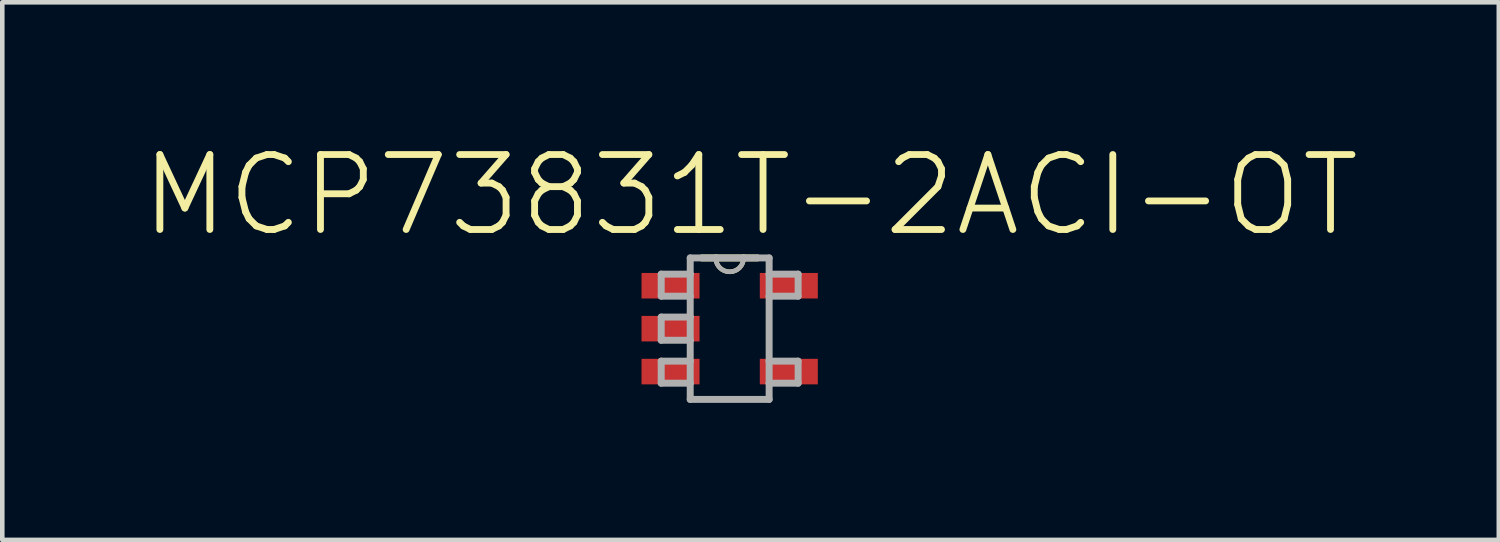
<source format=kicad_pcb>
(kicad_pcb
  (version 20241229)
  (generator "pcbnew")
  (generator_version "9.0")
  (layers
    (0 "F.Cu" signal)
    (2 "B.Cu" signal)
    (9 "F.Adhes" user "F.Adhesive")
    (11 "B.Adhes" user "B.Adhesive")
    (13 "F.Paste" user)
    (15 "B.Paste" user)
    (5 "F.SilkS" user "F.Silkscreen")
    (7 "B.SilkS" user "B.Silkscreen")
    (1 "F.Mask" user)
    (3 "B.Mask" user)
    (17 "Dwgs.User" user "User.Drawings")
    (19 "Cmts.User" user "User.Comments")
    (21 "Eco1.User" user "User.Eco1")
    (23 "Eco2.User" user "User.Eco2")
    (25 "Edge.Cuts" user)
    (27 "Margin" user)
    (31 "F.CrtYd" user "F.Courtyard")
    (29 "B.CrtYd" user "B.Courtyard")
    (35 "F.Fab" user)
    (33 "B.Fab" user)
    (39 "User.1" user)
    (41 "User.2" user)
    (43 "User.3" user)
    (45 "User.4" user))
  (footprint "MCP73831T-2ACI-OT"
    (layer "F.Cu")
    (at 12.926 4.146)
    (property "Reference" "MCP73831T-2ACI-OT" (at 0.457 -2.923 0) (layer "F.SilkS") (effects (font (size 1.641 1.641) (thickness 0.15))))
    (attr smd)
    (fp_line (start -0.305 -1.549) (end -0.61 -1.549) (stroke (width 0.152) (type solid)) (layer "F.SilkS"))
    (fp_line (start 0.305 -1.549) (end -0.305 -1.549) (stroke (width 0.152) (type solid)) (layer "F.SilkS"))
    (fp_line (start 0.61 -1.549) (end 0.305 -1.549) (stroke (width 0.152) (type solid)) (layer "F.SilkS"))
    (fp_arc (start 0.3048 -1.5494) (mid 0 -1.2446) (end -0.3048 -1.5494) (stroke (width 0.1) (type solid)) (layer "F.SilkS"))
    (fp_line (start -1.499 -1.194) (end -1.499 -0.711) (stroke (width 0.152) (type solid)) (layer "F.Fab"))
    (fp_line (start -1.499 -0.711) (end -0.864 -0.711) (stroke (width 0.152) (type solid)) (layer "F.Fab"))
    (fp_line (start -1.499 -0.254) (end -1.499 0.254) (stroke (width 0.152) (type solid)) (layer "F.Fab"))
    (fp_line (start -1.499 0.254) (end -0.864 0.254) (stroke (width 0.152) (type solid)) (layer "F.Fab"))
    (fp_line (start -1.499 0.711) (end -1.499 1.194) (stroke (width 0.152) (type solid)) (layer "F.Fab"))
    (fp_line (start -1.499 1.194) (end -0.864 1.194) (stroke (width 0.152) (type solid)) (layer "F.Fab"))
    (fp_line (start -0.864 -1.549) (end -0.864 -1.194) (stroke (width 0.152) (type solid)) (layer "F.Fab"))
    (fp_line (start -0.864 -1.194) (end -1.499 -1.194) (stroke (width 0.152) (type solid)) (layer "F.Fab"))
    (fp_line (start -0.864 -1.194) (end -0.864 -0.711) (stroke (width 0.152) (type solid)) (layer "F.Fab"))
    (fp_line (start -0.864 -0.711) (end -0.864 -0.254) (stroke (width 0.152) (type solid)) (layer "F.Fab"))
    (fp_line (start -0.864 -0.254) (end -1.499 -0.254) (stroke (width 0.152) (type solid)) (layer "F.Fab"))
    (fp_line (start -0.864 -0.254) (end -0.864 0.254) (stroke (width 0.152) (type solid)) (layer "F.Fab"))
    (fp_line (start -0.864 0.254) (end -0.864 0.711) (stroke (width 0.152) (type solid)) (layer "F.Fab"))
    (fp_line (start -0.864 0.711) (end -1.499 0.711) (stroke (width 0.152) (type solid)) (layer "F.Fab"))
    (fp_line (start -0.864 1.194) (end -0.864 0.711) (stroke (width 0.152) (type solid)) (layer "F.Fab"))
    (fp_line (start -0.864 1.549) (end -0.864 1.194) (stroke (width 0.152) (type solid)) (layer "F.Fab"))
    (fp_line (start -0.864 1.549) (end 0.864 1.549) (stroke (width 0.152) (type solid)) (layer "F.Fab"))
    (fp_line (start -0.305 -1.549) (end -0.864 -1.549) (stroke (width 0.152) (type solid)) (layer "F.Fab"))
    (fp_line (start 0.305 -1.549) (end -0.305 -1.549) (stroke (width 0.152) (type solid)) (layer "F.Fab"))
    (fp_line (start 0.864 -1.549) (end 0.305 -1.549) (stroke (width 0.152) (type solid)) (layer "F.Fab"))
    (fp_line (start 0.864 -1.549) (end 0.864 -1.194) (stroke (width 0.152) (type solid)) (layer "F.Fab"))
    (fp_line (start 0.864 -1.194) (end 0.864 -0.711) (stroke (width 0.152) (type solid)) (layer "F.Fab"))
    (fp_line (start 0.864 -0.711) (end 1.499 -0.711) (stroke (width 0.152) (type solid)) (layer "F.Fab"))
    (fp_line (start 0.864 0.711) (end 0.864 -0.711) (stroke (width 0.152) (type solid)) (layer "F.Fab"))
    (fp_line (start 0.864 1.194) (end 0.864 0.711) (stroke (width 0.152) (type solid)) (layer "F.Fab"))
    (fp_line (start 0.864 1.194) (end 1.499 1.194) (stroke (width 0.152) (type solid)) (layer "F.Fab"))
    (fp_line (start 0.864 1.549) (end 0.864 1.194) (stroke (width 0.152) (type solid)) (layer "F.Fab"))
    (fp_line (start 1.499 -1.194) (end 0.864 -1.194) (stroke (width 0.152) (type solid)) (layer "F.Fab"))
    (fp_line (start 1.499 -0.711) (end 1.499 -1.194) (stroke (width 0.152) (type solid)) (layer "F.Fab"))
    (fp_line (start 1.499 0.711) (end 0.864 0.711) (stroke (width 0.152) (type solid)) (layer "F.Fab"))
    (fp_line (start 1.499 1.194) (end 1.499 0.711) (stroke (width 0.152) (type solid)) (layer "F.Fab"))
    (fp_arc (start 0.3048 -1.5494) (mid 0 -1.2446) (end -0.3048 -1.5494) (stroke (width 0.1) (type solid)) (layer "F.Fab"))
    (pad "1" smd rect (at -1.295 -0.94) (size 1.27 0.559) (layers "F.Cu" "F.Mask" "F.Paste"))
    (pad "2" smd rect (at -1.295 0) (size 1.27 0.559) (layers "F.Cu" "F.Mask" "F.Paste"))
    (pad "3" smd rect (at -1.295 0.94) (size 1.27 0.559) (layers "F.Cu" "F.Mask" "F.Paste"))
    (pad "4" smd rect (at 1.295 0.94) (size 1.27 0.559) (layers "F.Cu" "F.Mask" "F.Paste"))
    (pad "5" smd rect (at 1.295 -0.94) (size 1.27 0.559) (layers "F.Cu" "F.Mask" "F.Paste")))
  (gr_rect
    (start -3 -3)
    (end 29.766 8.771)
    (stroke (width 0.1) (type default))
    (fill no)
    (layer "Edge.Cuts")))
</source>
